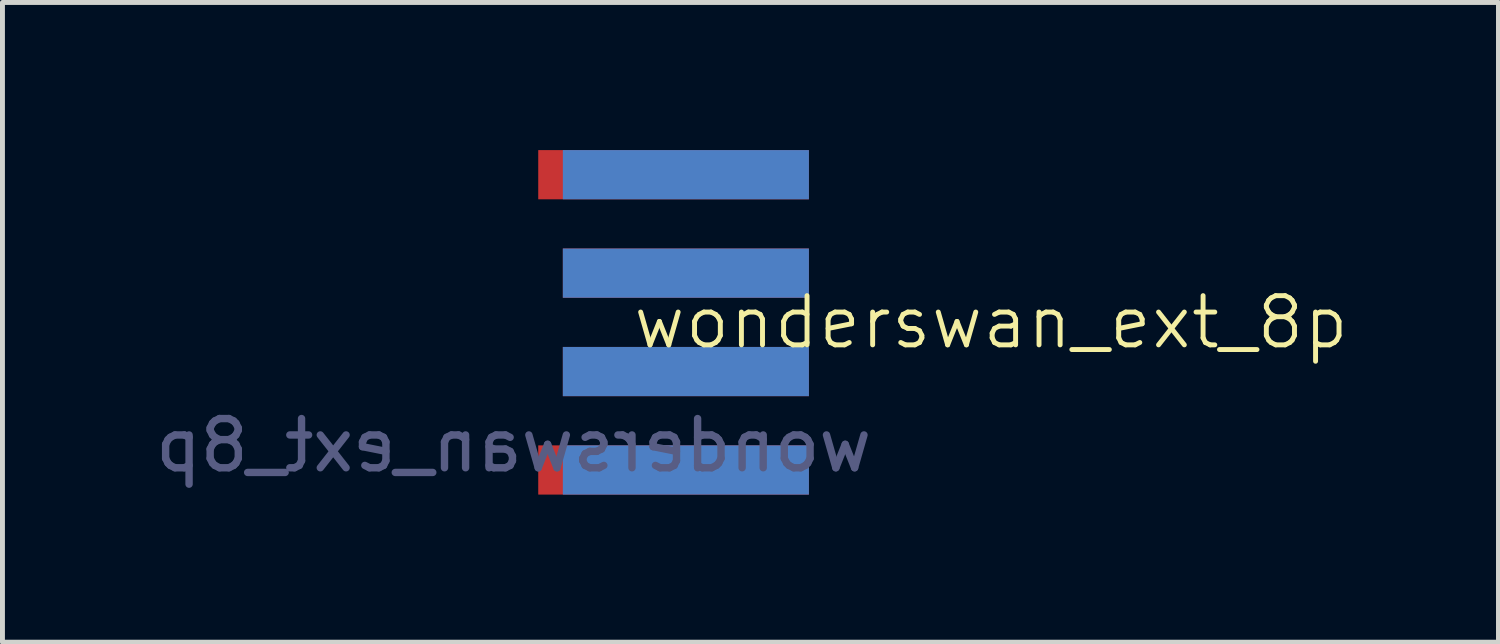
<source format=kicad_pcb>
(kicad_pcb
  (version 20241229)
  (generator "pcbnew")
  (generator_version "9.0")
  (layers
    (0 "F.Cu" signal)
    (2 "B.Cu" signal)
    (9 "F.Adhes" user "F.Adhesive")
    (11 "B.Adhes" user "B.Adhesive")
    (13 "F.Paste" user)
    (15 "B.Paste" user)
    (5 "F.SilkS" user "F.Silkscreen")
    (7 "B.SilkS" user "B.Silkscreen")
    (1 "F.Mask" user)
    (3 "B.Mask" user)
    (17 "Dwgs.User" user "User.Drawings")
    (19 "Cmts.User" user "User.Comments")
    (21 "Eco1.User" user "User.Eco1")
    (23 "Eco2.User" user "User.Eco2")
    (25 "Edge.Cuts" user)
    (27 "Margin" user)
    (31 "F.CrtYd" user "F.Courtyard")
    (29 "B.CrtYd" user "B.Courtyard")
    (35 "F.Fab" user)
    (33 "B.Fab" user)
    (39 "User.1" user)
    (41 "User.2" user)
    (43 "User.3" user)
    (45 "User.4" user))
  (footprint "wonderswan_ext_8p"
    (layer "F.Cu")
    (at 7.387 3.5)
    (property "Reference" "wonderswan_ext_8p" (at 9.7 0 0) (unlocked yes) (layer "F.SilkS") (effects (font (size 1 1) (thickness 0.1))))
    (attr exclude_from_bom)
    (fp_text user "${REFERENCE}" (at 0 2.5 0) (unlocked yes) (layer "B.Fab") (effects (font (size 1 1) (thickness 0.15)) (justify mirror)))
    (pad "A1" connect rect (at 3.5 3) (size 5 1) (layers "B.Cu" "B.Mask"))
    (pad "A2" connect rect (at 3.5 1) (size 5 1) (layers "B.Cu" "B.Mask"))
    (pad "A3" connect rect (at 3.5 -1) (size 5 1) (layers "B.Cu" "B.Mask"))
    (pad "A4" connect rect (at 3.5 -3) (size 5 1) (layers "B.Cu" "B.Mask"))
    (pad "B1" connect rect (at 3.25 3) (size 5.5 1) (layers "F.Cu" "F.Mask"))
    (pad "B2" connect rect (at 3.5 1) (size 5 1) (layers "F.Cu" "F.Mask"))
    (pad "B3" connect rect (at 3.5 -1) (size 5 1) (layers "F.Cu" "F.Mask"))
    (pad "B4" connect rect (at 3.25 -3) (size 5.5 1) (layers "F.Cu" "F.Mask")))
  (gr_rect
    (start -3 -3)
    (end 27.399 10)
    (stroke (width 0.1) (type default))
    (fill no)
    (layer "Edge.Cuts")))
</source>
